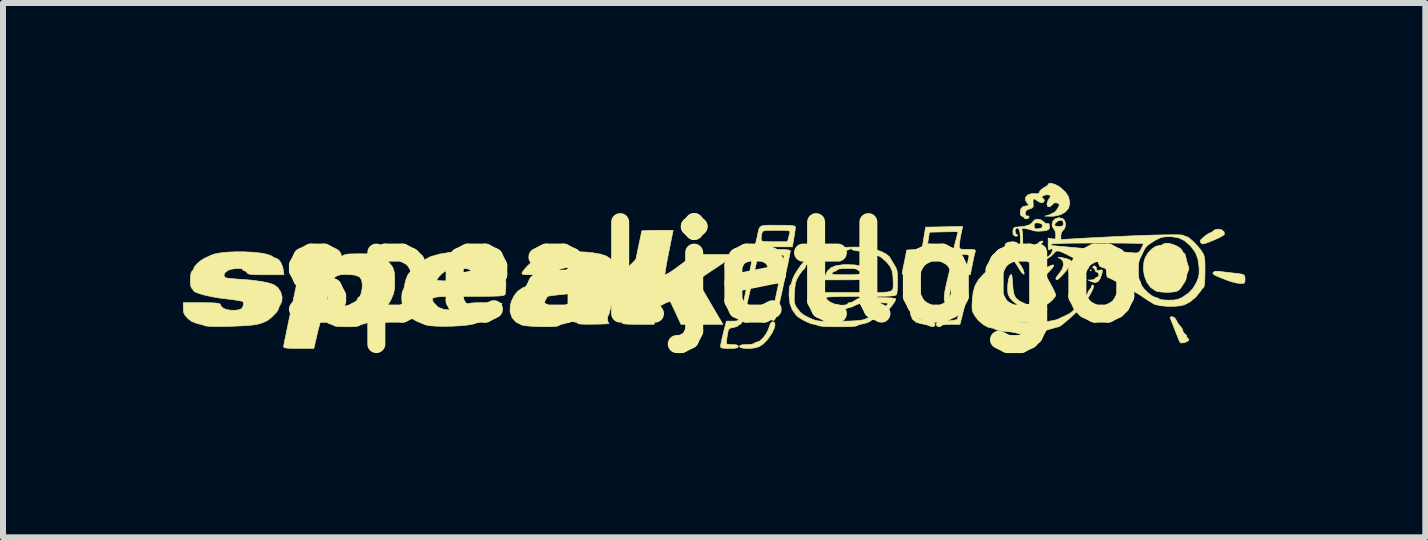
<source format=kicad_pcb>
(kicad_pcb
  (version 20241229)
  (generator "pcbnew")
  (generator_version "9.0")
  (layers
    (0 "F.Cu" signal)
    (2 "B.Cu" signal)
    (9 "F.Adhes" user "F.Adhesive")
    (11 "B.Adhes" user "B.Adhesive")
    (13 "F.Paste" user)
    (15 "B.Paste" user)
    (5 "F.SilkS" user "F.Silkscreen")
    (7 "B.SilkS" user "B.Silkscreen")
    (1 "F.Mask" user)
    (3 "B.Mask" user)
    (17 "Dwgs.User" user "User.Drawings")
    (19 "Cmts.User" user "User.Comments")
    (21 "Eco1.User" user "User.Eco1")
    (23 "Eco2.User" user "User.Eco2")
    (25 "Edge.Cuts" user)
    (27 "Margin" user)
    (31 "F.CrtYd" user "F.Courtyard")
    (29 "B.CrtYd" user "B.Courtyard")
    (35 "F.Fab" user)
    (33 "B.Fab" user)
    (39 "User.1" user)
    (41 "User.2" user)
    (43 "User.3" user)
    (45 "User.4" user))
  (footprint "speakjetlogo"
    (layer "F.Cu")
    (at 8.81 1.487)
    (property "Reference" "speakjetlogo" (at 0 0 0) (layer "F.SilkS") (effects (font (size 1.524 1.524) (thickness 0.3))))
    (attr through_hole)
    (fp_poly (pts (xy 6.329 -0.032) (xy 6.318 -0.021) (xy 6.308 -0.032) (xy 6.318 -0.042) (xy 6.329 -0.032)) (stroke (width 0.01) (type solid)) (fill yes) (layer "F.SilkS"))
    (fp_poly (pts (xy 5.521 -0.517) (xy 5.519 -0.498) (xy 5.509 -0.493) (xy 5.484 -0.469) (xy 5.489 -0.44) (xy 5.52 -0.423) (xy 5.524 -0.423) (xy 5.559 -0.411) (xy 5.567 -0.394) (xy 5.549 -0.369) (xy 5.506 -0.353) (xy 5.457 -0.352) (xy 5.444 -0.355) (xy 5.422 -0.381) (xy 5.42 -0.426) (xy 5.436 -0.474) (xy 5.463 -0.504) (xy 5.502 -0.52) (xy 5.521 -0.517)) (stroke (width 0.01) (type solid)) (fill yes) (layer "F.SilkS"))
    (fp_poly (pts (xy 6.256 -0.113) (xy 6.283 -0.092) (xy 6.282 -0.07) (xy 6.264 -0.064) (xy 6.225 -0.046) (xy 6.192 -0.006) (xy 6.181 0.033) (xy 6.196 0.075) (xy 6.218 0.098) (xy 6.244 0.121) (xy 6.239 0.125) (xy 6.21 0.11) (xy 6.185 0.093) (xy 6.15 0.056) (xy 6.151 0.014) (xy 6.18 -0.053) (xy 6.216 -0.099) (xy 6.25 -0.114) (xy 6.256 -0.113)) (stroke (width 0.01) (type solid)) (fill yes) (layer "F.SilkS"))
    (fp_poly (pts (xy 8.469 -0.013) (xy 8.547 -0.003) (xy 8.638 0.007) (xy 8.678 0.012) (xy 8.774 0.022) (xy 8.836 0.032) (xy 8.87 0.046) (xy 8.886 0.068) (xy 8.89 0.101) (xy 8.89 0.117) (xy 8.887 0.165) (xy 8.871 0.185) (xy 8.827 0.188) (xy 8.811 0.188) (xy 8.747 0.179) (xy 8.665 0.158) (xy 8.604 0.138) (xy 8.496 0.096) (xy 8.423 0.066) (xy 8.378 0.043) (xy 8.358 0.025) (xy 8.356 0.008) (xy 8.36 0.002) (xy 8.388 -0.015) (xy 8.447 -0.016) (xy 8.469 -0.013)) (stroke (width 0.01) (type solid)) (fill yes) (layer "F.SilkS"))
    (fp_poly (pts (xy 8.505 -0.704) (xy 8.54 -0.675) (xy 8.548 -0.636) (xy 8.547 -0.632) (xy 8.524 -0.612) (xy 8.473 -0.583) (xy 8.403 -0.55) (xy 8.391 -0.545) (xy 8.299 -0.507) (xy 8.237 -0.483) (xy 8.199 -0.473) (xy 8.175 -0.474) (xy 8.16 -0.485) (xy 8.152 -0.494) (xy 8.142 -0.517) (xy 8.157 -0.545) (xy 8.201 -0.586) (xy 8.206 -0.59) (xy 8.258 -0.629) (xy 8.298 -0.653) (xy 8.31 -0.656) (xy 8.343 -0.671) (xy 8.361 -0.688) (xy 8.402 -0.714) (xy 8.455 -0.718) (xy 8.505 -0.704)) (stroke (width 0.01) (type solid)) (fill yes) (layer "F.SilkS"))
    (fp_poly (pts (xy 5.815 -0.246) (xy 5.838 -0.243) (xy 5.913 -0.228) (xy 5.974 -0.203) (xy 6.008 -0.176) (xy 6.011 -0.164) (xy 5.995 -0.148) (xy 5.992 -0.148) (xy 5.971 -0.13) (xy 5.958 -0.101) (xy 5.937 -0.064) (xy 5.899 -0.012) (xy 5.851 0.043) (xy 5.804 0.091) (xy 5.767 0.121) (xy 5.753 0.127) (xy 5.737 0.111) (xy 5.736 0.107) (xy 5.749 0.08) (xy 5.782 0.035) (xy 5.8 0.014) (xy 5.848 -0.06) (xy 5.866 -0.131) (xy 5.853 -0.19) (xy 5.81 -0.229) (xy 5.805 -0.231) (xy 5.774 -0.245) (xy 5.776 -0.249) (xy 5.815 -0.246)) (stroke (width 0.01) (type solid)) (fill yes) (layer "F.SilkS"))
    (fp_poly (pts (xy 7.719 0.76) (xy 7.746 0.803) (xy 7.778 0.86) (xy 7.812 0.901) (xy 7.844 0.943) (xy 7.853 0.975) (xy 7.869 1.013) (xy 7.885 1.024) (xy 7.913 1.051) (xy 7.916 1.066) (xy 7.932 1.1) (xy 7.943 1.107) (xy 7.957 1.124) (xy 7.938 1.147) (xy 7.892 1.169) (xy 7.869 1.175) (xy 7.824 1.18) (xy 7.799 1.156) (xy 7.792 1.14) (xy 7.775 1.097) (xy 7.748 1.028) (xy 7.715 0.946) (xy 7.707 0.925) (xy 7.677 0.849) (xy 7.654 0.789) (xy 7.642 0.755) (xy 7.641 0.751) (xy 7.659 0.743) (xy 7.681 0.741) (xy 7.719 0.76)) (stroke (width 0.01) (type solid)) (fill yes) (layer "F.SilkS"))
    (fp_poly (pts (xy 6.408 -0.088) (xy 6.413 -0.063) (xy 6.421 -0.033) (xy 6.45 -0.03) (xy 6.467 -0.034) (xy 6.504 -0.04) (xy 6.514 -0.024) (xy 6.507 0.013) (xy 6.477 0.105) (xy 6.44 0.157) (xy 6.391 0.172) (xy 6.339 0.159) (xy 6.276 0.13) (xy 6.334 0.129) (xy 6.376 0.121) (xy 6.392 0.106) (xy 6.409 0.087) (xy 6.424 0.085) (xy 6.45 0.067) (xy 6.456 0.042) (xy 6.443 0.008) (xy 6.424 0) (xy 6.396 -0.017) (xy 6.392 -0.032) (xy 6.381 -0.06) (xy 6.371 -0.064) (xy 6.351 -0.08) (xy 6.35 -0.085) (xy 6.367 -0.103) (xy 6.382 -0.106) (xy 6.408 -0.088)) (stroke (width 0.01) (type solid)) (fill yes) (layer "F.SilkS"))
    (fp_poly (pts (xy 1.051 0.84) (xy 1.057 0.879) (xy 1.043 0.936) (xy 1.012 1.003) (xy 0.968 1.073) (xy 0.915 1.141) (xy 0.857 1.197) (xy 0.798 1.237) (xy 0.789 1.241) (xy 0.728 1.259) (xy 0.655 1.269) (xy 0.581 1.271) (xy 0.517 1.265) (xy 0.476 1.252) (xy 0.466 1.238) (xy 0.476 1.219) (xy 0.513 1.209) (xy 0.581 1.206) (xy 0.647 1.203) (xy 0.695 1.194) (xy 0.709 1.185) (xy 0.739 1.167) (xy 0.76 1.164) (xy 0.804 1.146) (xy 0.855 1.099) (xy 0.905 1.034) (xy 0.943 0.961) (xy 0.957 0.921) (xy 0.98 0.856) (xy 1.007 0.828) (xy 1.02 0.826) (xy 1.051 0.84)) (stroke (width 0.01) (type solid)) (fill yes) (layer "F.SilkS"))
    (fp_poly (pts (xy 5.079 -0.498) (xy 5.103 -0.474) (xy 5.095 -0.447) (xy 5.069 -0.431) (xy 5.044 -0.401) (xy 5.041 -0.352) (xy 5.063 -0.297) (xy 5.07 -0.287) (xy 5.095 -0.24) (xy 5.101 -0.209) (xy 5.115 -0.163) (xy 5.129 -0.144) (xy 5.161 -0.102) (xy 5.189 -0.049) (xy 5.207 -0.001) (xy 5.208 0.03) (xy 5.205 0.033) (xy 5.185 0.023) (xy 5.153 -0.015) (xy 5.128 -0.054) (xy 5.091 -0.115) (xy 5.06 -0.161) (xy 5.048 -0.177) (xy 5 -0.239) (xy 4.953 -0.308) (xy 4.915 -0.374) (xy 4.893 -0.425) (xy 4.889 -0.44) (xy 4.903 -0.479) (xy 4.947 -0.501) (xy 5.026 -0.508) (xy 5.029 -0.508) (xy 5.079 -0.498)) (stroke (width 0.01) (type solid)) (fill yes) (layer "F.SilkS"))
    (fp_poly (pts (xy 5.001 0.046) (xy 5.008 0.081) (xy 5.014 0.15) (xy 5.017 0.192) (xy 5.026 0.297) (xy 5.041 0.37) (xy 5.064 0.419) (xy 5.07 0.427) (xy 5.129 0.479) (xy 5.217 0.523) (xy 5.323 0.556) (xy 5.433 0.571) (xy 5.458 0.572) (xy 5.524 0.573) (xy 5.554 0.578) (xy 5.554 0.589) (xy 5.536 0.604) (xy 5.491 0.624) (xy 5.43 0.633) (xy 5.371 0.633) (xy 5.33 0.621) (xy 5.323 0.614) (xy 5.295 0.599) (xy 5.244 0.593) (xy 5.24 0.593) (xy 5.169 0.577) (xy 5.091 0.536) (xy 5.018 0.479) (xy 4.964 0.416) (xy 4.94 0.364) (xy 4.933 0.286) (xy 4.937 0.199) (xy 4.949 0.119) (xy 4.969 0.061) (xy 4.976 0.05) (xy 4.991 0.037) (xy 5.001 0.046)) (stroke (width 0.01) (type solid)) (fill yes) (layer "F.SilkS"))
    (fp_poly (pts (xy 5.703 -0.12) (xy 5.697 -0.095) (xy 5.658 -0.045) (xy 5.643 -0.03) (xy 5.567 0.048) (xy 5.652 0.201) (xy 5.691 0.276) (xy 5.721 0.339) (xy 5.735 0.379) (xy 5.736 0.384) (xy 5.722 0.413) (xy 5.687 0.455) (xy 5.644 0.495) (xy 5.606 0.523) (xy 5.591 0.528) (xy 5.563 0.518) (xy 5.528 0.502) (xy 5.499 0.484) (xy 5.486 0.457) (xy 5.487 0.408) (xy 5.49 0.372) (xy 5.499 0.282) (xy 5.505 0.184) (xy 5.507 0.152) (xy 5.508 0.084) (xy 5.497 0.04) (xy 5.468 0.003) (xy 5.428 -0.032) (xy 5.384 -0.074) (xy 5.362 -0.108) (xy 5.362 -0.12) (xy 5.386 -0.119) (xy 5.41 -0.096) (xy 5.459 -0.06) (xy 5.527 -0.059) (xy 5.614 -0.093) (xy 5.675 -0.12) (xy 5.703 -0.12)) (stroke (width 0.01) (type solid)) (fill yes) (layer "F.SilkS"))
    (fp_poly (pts (xy 4.206 0.489) (xy 4.228 0.5) (xy 4.227 0.525) (xy 4.225 0.534) (xy 4.213 0.579) (xy 4.195 0.649) (xy 4.176 0.725) (xy 4.14 0.868) (xy 3.986 0.868) (xy 3.907 0.871) (xy 3.853 0.878) (xy 3.831 0.888) (xy 3.831 0.889) (xy 3.813 0.906) (xy 3.789 0.91) (xy 3.753 0.895) (xy 3.747 0.869) (xy 3.751 0.848) (xy 3.772 0.834) (xy 3.816 0.824) (xy 3.891 0.816) (xy 3.916 0.814) (xy 3.996 0.805) (xy 4.058 0.796) (xy 4.091 0.788) (xy 4.094 0.786) (xy 4.102 0.759) (xy 4.112 0.705) (xy 4.117 0.672) (xy 4.124 0.611) (xy 4.12 0.581) (xy 4.102 0.572) (xy 4.098 0.572) (xy 4.07 0.554) (xy 4.064 0.529) (xy 4.071 0.502) (xy 4.099 0.489) (xy 4.151 0.487) (xy 4.206 0.489)) (stroke (width 0.01) (type solid)) (fill yes) (layer "F.SilkS"))
    (fp_poly (pts (xy 7.615 -0.482) (xy 7.684 -0.465) (xy 7.752 -0.437) (xy 7.809 -0.402) (xy 7.841 -0.363) (xy 7.843 -0.358) (xy 7.861 -0.325) (xy 7.874 -0.318) (xy 7.89 -0.299) (xy 7.904 -0.253) (xy 7.906 -0.238) (xy 7.922 -0.171) (xy 7.941 -0.114) (xy 7.943 -0.11) (xy 7.956 -0.059) (xy 7.942 -0.02) (xy 7.921 0.035) (xy 7.916 0.071) (xy 7.904 0.126) (xy 7.879 0.172) (xy 7.843 0.225) (xy 7.819 0.264) (xy 7.781 0.303) (xy 7.745 0.32) (xy 7.67 0.332) (xy 7.577 0.335) (xy 7.485 0.329) (xy 7.412 0.315) (xy 7.398 0.309) (xy 7.316 0.252) (xy 7.253 0.165) (xy 7.212 0.058) (xy 7.195 -0.059) (xy 7.206 -0.176) (xy 7.227 -0.244) (xy 7.272 -0.319) (xy 7.332 -0.384) (xy 7.398 -0.429) (xy 7.454 -0.445) (xy 7.501 -0.452) (xy 7.525 -0.466) (xy 7.558 -0.483) (xy 7.615 -0.482)) (stroke (width 0.01) (type solid)) (fill yes) (layer "F.SilkS"))
    (fp_poly (pts (xy 2.393 -0.121) (xy 2.489 -0.101) (xy 2.55 -0.067) (xy 2.576 -0.022) (xy 2.592 0.023) (xy 2.607 0.044) (xy 2.617 0.071) (xy 2.613 0.092) (xy 2.603 0.105) (xy 2.583 0.114) (xy 2.546 0.12) (xy 2.486 0.124) (xy 2.397 0.126) (xy 2.273 0.127) (xy 2.233 0.127) (xy 1.866 0.127) (xy 1.891 0.059) (xy 1.909 0.024) (xy 2.004 0.024) (xy 2.014 0.033) (xy 2.047 0.039) (xy 2.109 0.041) (xy 2.205 0.042) (xy 2.241 0.042) (xy 2.351 0.042) (xy 2.425 0.039) (xy 2.47 0.033) (xy 2.492 0.023) (xy 2.498 0.011) (xy 2.481 -0.017) (xy 2.466 -0.021) (xy 2.438 -0.033) (xy 2.434 -0.042) (xy 2.414 -0.053) (xy 2.36 -0.06) (xy 2.28 -0.063) (xy 2.265 -0.064) (xy 2.181 -0.061) (xy 2.122 -0.054) (xy 2.096 -0.044) (xy 2.095 -0.042) (xy 2.079 -0.023) (xy 2.066 -0.021) (xy 2.029 -0.006) (xy 2.011 0.011) (xy 2.004 0.024) (xy 1.909 0.024) (xy 1.932 -0.021) (xy 1.992 -0.076) (xy 2.076 -0.11) (xy 2.192 -0.125) (xy 2.259 -0.127) (xy 2.393 -0.121)) (stroke (width 0.01) (type solid)) (fill yes) (layer "F.SilkS"))
    (fp_poly (pts (xy 1.079 -0.783) (xy 1.102 -0.783) (xy 1.221 -0.783) (xy 1.305 -0.78) (xy 1.357 -0.775) (xy 1.386 -0.767) (xy 1.397 -0.756) (xy 1.397 -0.752) (xy 1.394 -0.716) (xy 1.385 -0.652) (xy 1.372 -0.574) (xy 1.372 -0.572) (xy 1.346 -0.423) (xy 1.031 -0.423) (xy 0.91 -0.424) (xy 0.825 -0.425) (xy 0.77 -0.429) (xy 0.74 -0.435) (xy 0.727 -0.444) (xy 0.727 -0.458) (xy 0.728 -0.46) (xy 0.739 -0.502) (xy 0.751 -0.556) (xy 0.826 -0.556) (xy 0.828 -0.534) (xy 0.838 -0.521) (xy 0.865 -0.513) (xy 0.916 -0.509) (xy 0.998 -0.508) (xy 1.045 -0.508) (xy 1.265 -0.508) (xy 1.279 -0.566) (xy 1.294 -0.624) (xy 1.304 -0.661) (xy 1.305 -0.678) (xy 1.293 -0.688) (xy 1.261 -0.695) (xy 1.201 -0.698) (xy 1.107 -0.698) (xy 1.083 -0.699) (xy 0.982 -0.698) (xy 0.915 -0.696) (xy 0.874 -0.69) (xy 0.853 -0.679) (xy 0.842 -0.662) (xy 0.839 -0.651) (xy 0.828 -0.59) (xy 0.826 -0.556) (xy 0.751 -0.556) (xy 0.754 -0.567) (xy 0.762 -0.603) (xy 0.777 -0.674) (xy 0.789 -0.723) (xy 0.808 -0.755) (xy 0.839 -0.773) (xy 0.89 -0.781) (xy 0.968 -0.784) (xy 1.079 -0.783)) (stroke (width 0.01) (type solid)) (fill yes) (layer "F.SilkS"))
    (fp_poly (pts (xy -0.712 -0.344) (xy -0.736 -0.225) (xy -0.755 -0.12) (xy -0.769 -0.036) (xy -0.777 0.02) (xy -0.778 0.039) (xy -0.76 0.039) (xy -0.712 0.013) (xy -0.638 -0.036) (xy -0.54 -0.107) (xy -0.531 -0.114) (xy -0.289 -0.296) (xy 0.046 -0.296) (xy 0.16 -0.296) (xy 0.257 -0.294) (xy 0.33 -0.292) (xy 0.373 -0.289) (xy 0.381 -0.287) (xy 0.364 -0.273) (xy 0.318 -0.239) (xy 0.247 -0.19) (xy 0.158 -0.13) (xy 0.074 -0.074) (xy -0.026 -0.008) (xy -0.112 0.05) (xy -0.179 0.096) (xy -0.221 0.126) (xy -0.233 0.136) (xy -0.222 0.16) (xy -0.189 0.219) (xy -0.136 0.313) (xy -0.061 0.442) (xy 0.034 0.605) (xy 0.049 0.63) (xy 0.189 0.868) (xy -0.511 0.868) (xy -0.596 0.683) (xy -0.634 0.602) (xy -0.665 0.537) (xy -0.686 0.496) (xy -0.691 0.487) (xy -0.714 0.491) (xy -0.762 0.511) (xy -0.816 0.538) (xy -0.881 0.574) (xy -0.915 0.602) (xy -0.929 0.634) (xy -0.931 0.667) (xy -0.936 0.74) (xy -0.945 0.802) (xy -0.958 0.868) (xy -1.23 0.868) (xy -1.346 0.867) (xy -1.425 0.864) (xy -1.472 0.858) (xy -1.492 0.848) (xy -1.492 0.841) (xy -1.486 0.816) (xy -1.473 0.755) (xy -1.453 0.665) (xy -1.428 0.55) (xy -1.399 0.417) (xy -1.367 0.271) (xy -1.334 0.118) (xy -1.301 -0.037) (xy -1.269 -0.187) (xy -1.239 -0.328) (xy -1.213 -0.453) (xy -1.191 -0.557) (xy -1.175 -0.634) (xy -1.166 -0.679) (xy -1.164 -0.688) (xy -1.144 -0.692) (xy -1.09 -0.695) (xy -1.01 -0.698) (xy -0.911 -0.698) (xy -0.903 -0.699) (xy -0.641 -0.699) (xy -0.712 -0.344)) (stroke (width 0.01) (type solid)) (fill yes) (layer "F.SilkS"))
    (fp_poly (pts (xy 5.496 -0.87) (xy 5.525 -0.846) (xy 5.566 -0.815) (xy 5.598 -0.812) (xy 5.622 -0.81) (xy 5.63 -0.776) (xy 5.63 -0.763) (xy 5.627 -0.727) (xy 5.61 -0.707) (xy 5.569 -0.695) (xy 5.523 -0.688) (xy 5.445 -0.683) (xy 5.378 -0.689) (xy 5.359 -0.695) (xy 5.296 -0.714) (xy 5.231 -0.728) (xy 5.184 -0.733) (xy 5.169 -0.724) (xy 5.173 -0.707) (xy 5.18 -0.67) (xy 5.184 -0.605) (xy 5.186 -0.529) (xy 5.187 -0.449) (xy 5.196 -0.397) (xy 5.215 -0.358) (xy 5.25 -0.316) (xy 5.256 -0.309) (xy 5.297 -0.261) (xy 5.308 -0.234) (xy 5.297 -0.223) (xy 5.259 -0.213) (xy 5.23 -0.225) (xy 5.194 -0.263) (xy 5.19 -0.269) (xy 5.164 -0.309) (xy 5.15 -0.357) (xy 5.145 -0.426) (xy 5.145 -0.475) (xy 5.145 -0.587) (xy 5.139 -0.663) (xy 5.127 -0.71) (xy 5.107 -0.733) (xy 5.094 -0.737) (xy 5.069 -0.726) (xy 5.058 -0.692) (xy 5.063 -0.654) (xy 5.084 -0.629) (xy 5.085 -0.629) (xy 5.102 -0.613) (xy 5.099 -0.606) (xy 5.071 -0.6) (xy 5.05 -0.605) (xy 5.024 -0.633) (xy 5.021 -0.685) (xy 5.031 -0.732) (xy 5.059 -0.75) (xy 5.091 -0.753) (xy 5.211 -0.764) (xy 5.24 -0.773) (xy 5.376 -0.773) (xy 5.381 -0.735) (xy 5.404 -0.722) (xy 5.445 -0.724) (xy 5.495 -0.735) (xy 5.513 -0.762) (xy 5.514 -0.773) (xy 5.503 -0.804) (xy 5.463 -0.819) (xy 5.445 -0.822) (xy 5.398 -0.822) (xy 5.379 -0.806) (xy 5.376 -0.773) (xy 5.24 -0.773) (xy 5.295 -0.788) (xy 5.341 -0.825) (xy 5.345 -0.832) (xy 5.383 -0.873) (xy 5.439 -0.886) (xy 5.496 -0.87)) (stroke (width 0.01) (type solid)) (fill yes) (layer "F.SilkS"))
    (fp_poly (pts (xy 5.667 -1.481) (xy 5.724 -1.463) (xy 5.786 -1.431) (xy 5.812 -1.413) (xy 5.898 -1.335) (xy 5.949 -1.256) (xy 5.968 -1.169) (xy 5.969 -1.148) (xy 5.95 -1.068) (xy 5.895 -1.003) (xy 5.812 -0.957) (xy 5.706 -0.934) (xy 5.658 -0.933) (xy 5.556 -0.935) (xy 5.639 -0.96) (xy 5.721 -1.003) (xy 5.759 -1.048) (xy 5.789 -1.101) (xy 5.794 -1.131) (xy 5.776 -1.147) (xy 5.754 -1.155) (xy 5.709 -1.155) (xy 5.672 -1.121) (xy 5.635 -1.09) (xy 5.603 -1.095) (xy 5.589 -1.133) (xy 5.589 -1.139) (xy 5.602 -1.184) (xy 5.62 -1.216) (xy 5.648 -1.261) (xy 5.64 -1.284) (xy 5.596 -1.291) (xy 5.589 -1.291) (xy 5.543 -1.283) (xy 5.512 -1.265) (xy 5.504 -1.245) (xy 5.521 -1.232) (xy 5.544 -1.207) (xy 5.546 -1.196) (xy 5.53 -1.164) (xy 5.492 -1.158) (xy 5.443 -1.179) (xy 5.433 -1.187) (xy 5.385 -1.22) (xy 5.362 -1.22) (xy 5.357 -1.185) (xy 5.359 -1.15) (xy 5.36 -1.097) (xy 5.344 -1.071) (xy 5.301 -1.055) (xy 5.297 -1.054) (xy 5.248 -1.034) (xy 5.23 -1.002) (xy 5.228 -0.981) (xy 5.235 -0.942) (xy 5.258 -0.938) (xy 5.26 -0.939) (xy 5.287 -0.936) (xy 5.292 -0.92) (xy 5.274 -0.895) (xy 5.249 -0.889) (xy 5.215 -0.898) (xy 5.207 -0.91) (xy 5.19 -0.929) (xy 5.175 -0.931) (xy 5.15 -0.95) (xy 5.144 -0.99) (xy 5.153 -1.055) (xy 5.185 -1.09) (xy 5.238 -1.104) (xy 5.279 -1.111) (xy 5.284 -1.124) (xy 5.264 -1.147) (xy 5.23 -1.201) (xy 5.234 -1.251) (xy 5.269 -1.289) (xy 5.332 -1.309) (xy 5.377 -1.309) (xy 5.433 -1.307) (xy 5.458 -1.319) (xy 5.461 -1.333) (xy 5.478 -1.364) (xy 5.521 -1.398) (xy 5.535 -1.406) (xy 5.582 -1.435) (xy 5.608 -1.459) (xy 5.609 -1.464) (xy 5.625 -1.482) (xy 5.667 -1.481)) (stroke (width 0.01) (type solid)) (fill yes) (layer "F.SilkS"))
    (fp_poly (pts (xy 4.966 -0.233) (xy 4.963 -0.206) (xy 4.935 -0.157) (xy 4.903 -0.128) (xy 4.821 -0.06) (xy 4.743 0.025) (xy 4.679 0.114) (xy 4.64 0.194) (xy 4.638 0.2) (xy 4.619 0.299) (xy 4.616 0.406) (xy 4.626 0.508) (xy 4.648 0.594) (xy 4.679 0.647) (xy 4.717 0.682) (xy 4.745 0.698) (xy 4.746 0.699) (xy 4.774 0.71) (xy 4.819 0.74) (xy 4.837 0.753) (xy 4.912 0.791) (xy 5.019 0.819) (xy 5.151 0.837) (xy 5.298 0.844) (xy 5.453 0.838) (xy 5.536 0.83) (xy 5.627 0.817) (xy 5.705 0.802) (xy 5.759 0.789) (xy 5.773 0.783) (xy 5.822 0.758) (xy 5.863 0.74) (xy 5.925 0.711) (xy 5.965 0.69) (xy 6.008 0.657) (xy 6.065 0.605) (xy 6.126 0.542) (xy 6.184 0.477) (xy 6.231 0.418) (xy 6.26 0.374) (xy 6.265 0.358) (xy 6.281 0.315) (xy 6.297 0.296) (xy 6.324 0.26) (xy 6.329 0.241) (xy 6.341 0.214) (xy 6.35 0.212) (xy 6.367 0.227) (xy 6.359 0.268) (xy 6.332 0.328) (xy 6.289 0.403) (xy 6.233 0.484) (xy 6.169 0.567) (xy 6.1 0.645) (xy 6.064 0.68) (xy 5.982 0.755) (xy 5.906 0.821) (xy 5.843 0.873) (xy 5.798 0.904) (xy 5.782 0.91) (xy 5.75 0.917) (xy 5.693 0.933) (xy 5.658 0.944) (xy 5.584 0.964) (xy 5.489 0.983) (xy 5.398 0.996) (xy 5.312 1.006) (xy 5.237 1.016) (xy 5.188 1.025) (xy 5.186 1.025) (xy 5.133 1.028) (xy 5.101 1.019) (xy 5.065 1.008) (xy 5.001 0.997) (xy 4.92 0.989) (xy 4.913 0.988) (xy 4.833 0.979) (xy 4.77 0.967) (xy 4.735 0.955) (xy 4.734 0.953) (xy 4.695 0.934) (xy 4.673 0.931) (xy 4.601 0.914) (xy 4.522 0.868) (xy 4.446 0.802) (xy 4.402 0.747) (xy 4.369 0.697) (xy 4.35 0.655) (xy 4.341 0.61) (xy 4.341 0.548) (xy 4.345 0.466) (xy 4.36 0.33) (xy 4.392 0.222) (xy 4.447 0.128) (xy 4.53 0.034) (xy 4.559 0.007) (xy 4.666 -0.086) (xy 4.761 -0.16) (xy 4.843 -0.213) (xy 4.907 -0.245) (xy 4.949 -0.252) (xy 4.966 -0.233)) (stroke (width 0.01) (type solid)) (fill yes) (layer "F.SilkS"))
    (fp_poly (pts (xy 1.136 -0.38) (xy 1.225 -0.377) (xy 1.281 -0.371) (xy 1.308 -0.362) (xy 1.313 -0.355) (xy 1.308 -0.328) (xy 1.296 -0.265) (xy 1.278 -0.172) (xy 1.253 -0.055) (xy 1.224 0.081) (xy 1.193 0.231) (xy 1.191 0.238) (xy 1.154 0.409) (xy 1.124 0.543) (xy 1.1 0.643) (xy 1.08 0.715) (xy 1.065 0.763) (xy 1.051 0.791) (xy 1.039 0.803) (xy 1.032 0.804) (xy 1 0.795) (xy 0.995 0.785) (xy 0.999 0.759) (xy 1.011 0.698) (xy 1.029 0.608) (xy 1.053 0.494) (xy 1.08 0.362) (xy 1.101 0.265) (xy 1.13 0.123) (xy 1.157 -0.005) (xy 1.179 -0.114) (xy 1.195 -0.198) (xy 1.205 -0.252) (xy 1.206 -0.267) (xy 1.2 -0.281) (xy 1.175 -0.289) (xy 1.125 -0.293) (xy 1.043 -0.293) (xy 0.991 -0.292) (xy 0.776 -0.286) (xy 0.675 0.159) (xy 0.631 0.351) (xy 0.595 0.506) (xy 0.566 0.628) (xy 0.542 0.719) (xy 0.523 0.785) (xy 0.507 0.829) (xy 0.494 0.855) (xy 0.481 0.866) (xy 0.474 0.868) (xy 0.447 0.879) (xy 0.445 0.887) (xy 0.426 0.903) (xy 0.379 0.917) (xy 0.363 0.92) (xy 0.317 0.93) (xy 0.29 0.946) (xy 0.275 0.98) (xy 0.263 1.042) (xy 0.26 1.06) (xy 0.251 1.128) (xy 0.248 1.178) (xy 0.251 1.196) (xy 0.276 1.202) (xy 0.329 1.206) (xy 0.353 1.206) (xy 0.414 1.211) (xy 0.441 1.226) (xy 0.445 1.238) (xy 0.436 1.256) (xy 0.404 1.265) (xy 0.343 1.27) (xy 0.296 1.27) (xy 0.218 1.269) (xy 0.173 1.263) (xy 0.153 1.251) (xy 0.15 1.238) (xy 0.169 1.238) (xy 0.18 1.249) (xy 0.191 1.238) (xy 0.18 1.228) (xy 0.169 1.238) (xy 0.15 1.238) (xy 0.149 1.233) (xy 0.154 1.197) (xy 0.168 1.131) (xy 0.187 1.048) (xy 0.198 1.005) (xy 0.247 0.815) (xy 0.349 0.815) (xy 0.411 0.813) (xy 0.445 0.801) (xy 0.465 0.771) (xy 0.476 0.741) (xy 0.487 0.7) (xy 0.504 0.624) (xy 0.527 0.52) (xy 0.554 0.394) (xy 0.583 0.253) (xy 0.605 0.143) (xy 0.708 -0.381) (xy 1.01 -0.381) (xy 1.136 -0.38)) (stroke (width 0.01) (type solid)) (fill yes) (layer "F.SilkS"))
    (fp_poly (pts (xy -5.699 -0.306) (xy -5.612 -0.302) (xy -5.558 -0.295) (xy -5.532 -0.285) (xy -5.53 -0.28) (xy -5.506 -0.255) (xy -5.496 -0.253) (xy -5.459 -0.237) (xy -5.408 -0.195) (xy -5.356 -0.138) (xy -5.324 -0.095) (xy -5.302 -0.052) (xy -5.289 0.003) (xy -5.283 0.081) (xy -5.282 0.149) (xy -5.283 0.244) (xy -5.291 0.314) (xy -5.308 0.376) (xy -5.339 0.447) (xy -5.35 0.468) (xy -5.442 0.622) (xy -5.551 0.74) (xy -5.673 0.821) (xy -5.788 0.858) (xy -5.841 0.873) (xy -5.873 0.889) (xy -5.875 0.891) (xy -5.901 0.901) (xy -5.957 0.907) (xy -6.033 0.909) (xy -6.116 0.909) (xy -6.195 0.906) (xy -6.258 0.901) (xy -6.293 0.892) (xy -6.297 0.889) (xy -6.328 0.87) (xy -6.343 0.868) (xy -6.381 0.855) (xy -6.429 0.826) (xy -6.429 0.826) (xy -6.471 0.796) (xy -6.499 0.783) (xy -6.499 0.783) (xy -6.51 0.803) (xy -6.528 0.855) (xy -6.55 0.933) (xy -6.573 1.027) (xy -6.629 1.27) (xy -6.881 1.27) (xy -6.99 1.269) (xy -7.064 1.266) (xy -7.108 1.26) (xy -7.129 1.25) (xy -7.133 1.239) (xy -7.129 1.211) (xy -7.117 1.147) (xy -7.097 1.052) (xy -7.072 0.93) (xy -7.042 0.786) (xy -7.008 0.626) (xy -6.974 0.471) (xy -6.942 0.32) (xy -6.411 0.32) (xy -6.409 0.353) (xy -6.405 0.429) (xy -6.396 0.474) (xy -6.377 0.502) (xy -6.343 0.525) (xy -6.329 0.532) (xy -6.24 0.563) (xy -6.142 0.569) (xy -6.055 0.551) (xy -6.032 0.54) (xy -5.98 0.512) (xy -5.943 0.495) (xy -5.911 0.47) (xy -5.905 0.453) (xy -5.895 0.426) (xy -5.888 0.423) (xy -5.863 0.404) (xy -5.841 0.354) (xy -5.826 0.283) (xy -5.821 0.213) (xy -5.832 0.132) (xy -5.867 0.079) (xy -5.934 0.05) (xy -6.002 0.042) (xy -6.107 0.037) (xy -6.182 0.041) (xy -6.238 0.057) (xy -6.286 0.087) (xy -6.33 0.128) (xy -6.376 0.176) (xy -6.401 0.213) (xy -6.41 0.256) (xy -6.411 0.32) (xy -6.942 0.32) (xy -6.938 0.301) (xy -6.904 0.143) (xy -6.874 0.004) (xy -6.85 -0.113) (xy -6.831 -0.203) (xy -6.819 -0.26) (xy -6.816 -0.28) (xy -6.796 -0.286) (xy -6.742 -0.291) (xy -6.661 -0.295) (xy -6.563 -0.296) (xy -6.554 -0.296) (xy -6.292 -0.296) (xy -6.302 -0.243) (xy -6.303 -0.203) (xy -6.28 -0.193) (xy -6.232 -0.216) (xy -6.186 -0.249) (xy -6.154 -0.272) (xy -6.123 -0.288) (xy -6.086 -0.298) (xy -6.034 -0.304) (xy -5.958 -0.306) (xy -5.85 -0.307) (xy -5.824 -0.307) (xy -5.699 -0.306)) (stroke (width 0.01) (type solid)) (fill yes) (layer "F.SilkS"))
    (fp_poly (pts (xy -7.789 -0.34) (xy -7.654 -0.333) (xy -7.53 -0.321) (xy -7.427 -0.303) (xy -7.351 -0.28) (xy -7.322 -0.262) (xy -7.281 -0.238) (xy -7.258 -0.232) (xy -7.219 -0.212) (xy -7.181 -0.163) (xy -7.151 -0.095) (xy -7.139 -0.041) (xy -7.128 0.042) (xy -7.427 0.042) (xy -7.549 0.042) (xy -7.635 0.039) (xy -7.691 0.034) (xy -7.723 0.026) (xy -7.738 0.014) (xy -7.739 0.011) (xy -7.766 -0.018) (xy -7.781 -0.021) (xy -7.808 -0.033) (xy -7.811 -0.042) (xy -7.829 -0.057) (xy -7.876 -0.063) (xy -7.938 -0.06) (xy -8.003 -0.05) (xy -8.058 -0.032) (xy -8.061 -0.03) (xy -8.109 0.006) (xy -8.128 0.047) (xy -8.115 0.081) (xy -8.095 0.093) (xy -8.061 0.099) (xy -7.996 0.107) (xy -7.91 0.114) (xy -7.857 0.117) (xy -7.667 0.132) (xy -7.505 0.154) (xy -7.376 0.181) (xy -7.3 0.206) (xy -7.232 0.254) (xy -7.184 0.324) (xy -7.159 0.405) (xy -7.162 0.484) (xy -7.187 0.539) (xy -7.211 0.582) (xy -7.218 0.608) (xy -7.233 0.642) (xy -7.273 0.69) (xy -7.327 0.744) (xy -7.385 0.792) (xy -7.411 0.809) (xy -7.463 0.834) (xy -7.537 0.859) (xy -7.58 0.87) (xy -7.64 0.879) (xy -7.727 0.887) (xy -7.835 0.894) (xy -7.953 0.899) (xy -8.076 0.903) (xy -8.193 0.904) (xy -8.297 0.904) (xy -8.379 0.901) (xy -8.432 0.895) (xy -8.445 0.891) (xy -8.486 0.876) (xy -8.547 0.861) (xy -8.566 0.858) (xy -8.664 0.821) (xy -8.73 0.77) (xy -8.777 0.717) (xy -8.8 0.669) (xy -8.805 0.605) (xy -8.805 0.602) (xy -8.805 0.508) (xy -8.498 0.508) (xy -8.365 0.509) (xy -8.27 0.513) (xy -8.214 0.52) (xy -8.192 0.53) (xy -8.191 0.532) (xy -8.177 0.562) (xy -8.146 0.595) (xy -8.092 0.621) (xy -8.012 0.634) (xy -7.924 0.633) (xy -7.86 0.622) (xy -7.823 0.594) (xy -7.802 0.546) (xy -7.805 0.499) (xy -7.808 0.492) (xy -7.833 0.482) (xy -7.892 0.471) (xy -7.975 0.458) (xy -8.074 0.446) (xy -8.075 0.446) (xy -8.203 0.43) (xy -8.326 0.409) (xy -8.437 0.385) (xy -8.53 0.359) (xy -8.597 0.334) (xy -8.633 0.312) (xy -8.636 0.304) (xy -8.653 0.275) (xy -8.662 0.27) (xy -8.677 0.245) (xy -8.685 0.193) (xy -8.687 0.127) (xy -8.684 0.06) (xy -8.675 0.008) (xy -8.66 -0.017) (xy -8.66 -0.017) (xy -8.637 -0.041) (xy -8.636 -0.049) (xy -8.619 -0.09) (xy -8.576 -0.14) (xy -8.517 -0.191) (xy -8.453 -0.232) (xy -8.424 -0.245) (xy -8.379 -0.265) (xy -8.351 -0.28) (xy -8.282 -0.304) (xy -8.183 -0.323) (xy -8.062 -0.335) (xy -7.928 -0.34) (xy -7.789 -0.34)) (stroke (width 0.01) (type solid)) (fill yes) (layer "F.SilkS"))
    (fp_poly (pts (xy 4.156 -0.63) (xy 4.141 -0.55) (xy 4.131 -0.478) (xy 4.128 -0.439) (xy 4.129 -0.408) (xy 4.141 -0.391) (xy 4.172 -0.383) (xy 4.232 -0.381) (xy 4.267 -0.381) (xy 4.344 -0.379) (xy 4.385 -0.373) (xy 4.397 -0.36) (xy 4.396 -0.352) (xy 4.387 -0.318) (xy 4.372 -0.255) (xy 4.355 -0.173) (xy 4.348 -0.14) (xy 4.312 0.042) (xy 4.031 0.042) (xy 3.995 0.22) (xy 3.973 0.33) (xy 3.962 0.405) (xy 3.961 0.452) (xy 3.97 0.477) (xy 3.99 0.486) (xy 4 0.487) (xy 4.036 0.502) (xy 4.043 0.529) (xy 4.028 0.563) (xy 3.99 0.571) (xy 3.94 0.552) (xy 3.916 0.535) (xy 3.891 0.505) (xy 3.878 0.463) (xy 3.877 0.403) (xy 3.888 0.318) (xy 3.912 0.202) (xy 3.921 0.164) (xy 3.969 -0.042) (xy 4.109 -0.042) (xy 4.25 -0.042) (xy 4.264 -0.14) (xy 4.276 -0.205) (xy 4.287 -0.255) (xy 4.29 -0.267) (xy 4.287 -0.283) (xy 4.259 -0.292) (xy 4.198 -0.296) (xy 4.162 -0.296) (xy 4.078 -0.299) (xy 4.033 -0.309) (xy 4.022 -0.323) (xy 4.027 -0.355) (xy 4.041 -0.416) (xy 4.06 -0.493) (xy 4.064 -0.508) (xy 4.084 -0.584) (xy 4.098 -0.642) (xy 4.106 -0.671) (xy 4.106 -0.673) (xy 4.086 -0.675) (xy 4.033 -0.675) (xy 3.954 -0.674) (xy 3.868 -0.673) (xy 3.63 -0.667) (xy 3.605 -0.503) (xy 3.592 -0.423) (xy 3.579 -0.358) (xy 3.568 -0.321) (xy 3.567 -0.318) (xy 3.54 -0.306) (xy 3.485 -0.298) (xy 3.44 -0.296) (xy 3.326 -0.296) (xy 3.293 -0.182) (xy 3.275 -0.117) (xy 3.263 -0.07) (xy 3.26 -0.055) (xy 3.279 -0.048) (xy 3.328 -0.043) (xy 3.376 -0.042) (xy 3.443 -0.041) (xy 3.476 -0.035) (xy 3.486 -0.019) (xy 3.483 0.005) (xy 3.475 0.043) (xy 3.461 0.113) (xy 3.444 0.207) (xy 3.423 0.314) (xy 3.417 0.347) (xy 3.392 0.491) (xy 3.381 0.601) (xy 3.385 0.681) (xy 3.408 0.737) (xy 3.452 0.774) (xy 3.519 0.799) (xy 3.611 0.816) (xy 3.626 0.818) (xy 3.689 0.83) (xy 3.719 0.848) (xy 3.725 0.871) (xy 3.709 0.902) (xy 3.669 0.908) (xy 3.619 0.889) (xy 3.58 0.875) (xy 3.518 0.862) (xy 3.489 0.857) (xy 3.407 0.833) (xy 3.349 0.783) (xy 3.315 0.704) (xy 3.304 0.596) (xy 3.316 0.455) (xy 3.344 0.306) (xy 3.368 0.197) (xy 3.381 0.124) (xy 3.383 0.078) (xy 3.371 0.054) (xy 3.344 0.044) (xy 3.301 0.042) (xy 3.281 0.042) (xy 3.221 0.039) (xy 3.183 0.032) (xy 3.176 0.026) (xy 3.181 -0.000116) (xy 3.191 -0.058) (xy 3.206 -0.137) (xy 3.215 -0.18) (xy 3.252 -0.37) (xy 3.379 -0.377) (xy 3.506 -0.383) (xy 3.536 -0.567) (xy 3.567 -0.751) (xy 3.875 -0.757) (xy 4.184 -0.763) (xy 4.156 -0.63)) (stroke (width 0.01) (type solid)) (fill yes) (layer "F.SilkS"))
    (fp_poly (pts (xy -4.007 -0.334) (xy -3.929 -0.322) (xy -3.837 -0.301) (xy -3.751 -0.275) (xy -3.68 -0.249) (xy -3.633 -0.225) (xy -3.619 -0.209) (xy -3.603 -0.189) (xy -3.562 -0.162) (xy -3.557 -0.159) (xy -3.504 -0.115) (xy -3.48 -0.053) (xy -3.466 -0.000053) (xy -3.45 0.031) (xy -3.448 0.033) (xy -3.439 0.059) (xy -3.433 0.113) (xy -3.429 0.185) (xy -3.43 0.259) (xy -3.434 0.325) (xy -3.441 0.367) (xy -3.442 0.369) (xy -3.45 0.379) (xy -3.468 0.386) (xy -3.502 0.392) (xy -3.555 0.397) (xy -3.632 0.399) (xy -3.738 0.401) (xy -3.878 0.402) (xy -4.046 0.402) (xy -4.229 0.402) (xy -4.373 0.403) (xy -4.483 0.406) (xy -4.563 0.411) (xy -4.615 0.42) (xy -4.645 0.432) (xy -4.655 0.449) (xy -4.651 0.471) (xy -4.635 0.5) (xy -4.625 0.515) (xy -4.556 0.583) (xy -4.457 0.622) (xy -4.329 0.631) (xy -4.302 0.629) (xy -4.218 0.619) (xy -4.16 0.601) (xy -4.116 0.57) (xy -4.109 0.563) (xy -4.084 0.541) (xy -4.058 0.525) (xy -4.024 0.516) (xy -3.972 0.511) (xy -3.896 0.508) (xy -3.787 0.508) (xy -3.772 0.508) (xy -3.669 0.509) (xy -3.583 0.511) (xy -3.522 0.515) (xy -3.494 0.519) (xy -3.493 0.52) (xy -3.504 0.543) (xy -3.534 0.585) (xy -3.547 0.604) (xy -3.632 0.69) (xy -3.745 0.768) (xy -3.872 0.831) (xy -3.979 0.865) (xy -4.072 0.881) (xy -4.189 0.892) (xy -4.317 0.899) (xy -4.448 0.902) (xy -4.571 0.9) (xy -4.677 0.893) (xy -4.753 0.881) (xy -4.773 0.876) (xy -4.923 0.813) (xy -5.032 0.749) (xy -5.098 0.684) (xy -5.122 0.617) (xy -5.122 0.612) (xy -5.133 0.573) (xy -5.144 0.561) (xy -5.156 0.534) (xy -5.162 0.48) (xy -5.164 0.415) (xy -5.16 0.355) (xy -5.151 0.315) (xy -5.146 0.308) (xy -5.132 0.282) (xy -5.118 0.229) (xy -5.113 0.196) (xy -5.097 0.132) (xy -4.579 0.132) (xy -4.577 0.136) (xy -4.552 0.14) (xy -4.493 0.143) (xy -4.407 0.145) (xy -4.301 0.144) (xy -4.245 0.143) (xy -4.121 0.141) (xy -4.033 0.137) (xy -3.975 0.132) (xy -3.941 0.124) (xy -3.925 0.113) (xy -3.92 0.103) (xy -3.93 0.068) (xy -3.963 0.021) (xy -3.98 0.003) (xy -4.017 -0.032) (xy -4.053 -0.052) (xy -4.099 -0.061) (xy -4.17 -0.063) (xy -4.202 -0.064) (xy -4.279 -0.061) (xy -4.339 -0.054) (xy -4.37 -0.044) (xy -4.371 -0.042) (xy -4.401 -0.024) (xy -4.422 -0.021) (xy -4.454 -0.008) (xy -4.496 0.024) (xy -4.538 0.066) (xy -4.569 0.105) (xy -4.579 0.132) (xy -5.097 0.132) (xy -5.094 0.12) (xy -5.065 0.05) (xy -5.055 0.032) (xy -5.036 0.011) (xy -4.995 0.011) (xy -4.985 0.021) (xy -4.974 0.011) (xy -4.985 0) (xy -4.995 0.011) (xy -5.036 0.011) (xy -4.993 -0.04) (xy -4.907 -0.117) (xy -4.81 -0.189) (xy -4.717 -0.244) (xy -4.684 -0.259) (xy -4.533 -0.303) (xy -4.36 -0.331) (xy -4.179 -0.342) (xy -4.007 -0.334)) (stroke (width 0.01) (type solid)) (fill yes) (layer "F.SilkS"))
    (fp_poly (pts (xy -2.214 -0.341) (xy -2.085 -0.335) (xy -1.969 -0.323) (xy -1.968 -0.322) (xy -1.848 -0.301) (xy -1.759 -0.272) (xy -1.692 -0.23) (xy -1.636 -0.17) (xy -1.603 -0.122) (xy -1.58 -0.066) (xy -1.568 0.004) (xy -1.568 0.069) (xy -1.583 0.114) (xy -1.585 0.117) (xy -1.596 0.145) (xy -1.611 0.206) (xy -1.628 0.291) (xy -1.647 0.393) (xy -1.65 0.413) (xy -1.668 0.517) (xy -1.687 0.606) (xy -1.702 0.672) (xy -1.714 0.706) (xy -1.716 0.708) (xy -1.732 0.745) (xy -1.734 0.795) (xy -1.724 0.839) (xy -1.709 0.854) (xy -1.719 0.858) (xy -1.764 0.861) (xy -1.838 0.864) (xy -1.934 0.866) (xy -1.963 0.866) (xy -2.077 0.867) (xy -2.155 0.865) (xy -2.204 0.862) (xy -2.23 0.854) (xy -2.241 0.843) (xy -2.244 0.825) (xy -2.244 0.824) (xy -2.251 0.793) (xy -2.281 0.792) (xy -2.291 0.795) (xy -2.338 0.813) (xy -2.36 0.826) (xy -2.394 0.841) (xy -2.449 0.855) (xy -2.461 0.858) (xy -2.515 0.872) (xy -2.549 0.888) (xy -2.552 0.891) (xy -2.578 0.9) (xy -2.636 0.905) (xy -2.718 0.908) (xy -2.815 0.908) (xy -2.915 0.905) (xy -3.012 0.9) (xy -3.094 0.892) (xy -3.152 0.883) (xy -3.163 0.88) (xy -3.26 0.831) (xy -3.326 0.756) (xy -3.359 0.662) (xy -3.356 0.553) (xy -3.347 0.525) (xy -2.791 0.525) (xy -2.782 0.565) (xy -2.759 0.596) (xy -2.713 0.622) (xy -2.638 0.635) (xy -2.548 0.637) (xy -2.454 0.628) (xy -2.369 0.608) (xy -2.33 0.591) (xy -2.246 0.525) (xy -2.203 0.464) (xy -2.17 0.396) (xy -2.163 0.358) (xy -2.186 0.343) (xy -2.242 0.344) (xy -2.27 0.347) (xy -2.347 0.356) (xy -2.446 0.366) (xy -2.547 0.376) (xy -2.555 0.377) (xy -2.636 0.386) (xy -2.698 0.395) (xy -2.732 0.402) (xy -2.735 0.403) (xy -2.776 0.475) (xy -2.791 0.525) (xy -3.347 0.525) (xy -3.332 0.474) (xy -3.288 0.387) (xy -3.231 0.318) (xy -3.156 0.264) (xy -3.059 0.223) (xy -2.935 0.193) (xy -2.78 0.173) (xy -2.587 0.16) (xy -2.556 0.158) (xy -2.439 0.153) (xy -2.338 0.146) (xy -2.26 0.139) (xy -2.213 0.132) (xy -2.201 0.127) (xy -2.184 0.109) (xy -2.157 0.099) (xy -2.125 0.074) (xy -2.118 0.03) (xy -2.136 -0.017) (xy -2.176 -0.055) (xy -2.18 -0.057) (xy -2.25 -0.078) (xy -2.337 -0.084) (xy -2.428 -0.076) (xy -2.513 -0.056) (xy -2.58 -0.026) (xy -2.617 0.011) (xy -2.618 0.014) (xy -2.633 0.026) (xy -2.671 0.035) (xy -2.738 0.04) (xy -2.838 0.042) (xy -2.903 0.042) (xy -3.014 0.042) (xy -3.09 0.041) (xy -3.135 0.037) (xy -3.157 0.03) (xy -3.162 0.018) (xy -3.155 0.002) (xy -3.154 -0.000227) (xy -3.123 -0.044) (xy -3.073 -0.099) (xy -3.014 -0.156) (xy -2.955 -0.206) (xy -2.907 -0.242) (xy -2.879 -0.254) (xy -2.837 -0.265) (xy -2.825 -0.274) (xy -2.782 -0.295) (xy -2.705 -0.313) (xy -2.602 -0.327) (xy -2.48 -0.336) (xy -2.348 -0.341) (xy -2.214 -0.341)) (stroke (width 0.01) (type solid)) (fill yes) (layer "F.SilkS"))
    (fp_poly (pts (xy 5.852 -0.893) (xy 5.874 -0.875) (xy 5.896 -0.828) (xy 5.896 -0.767) (xy 5.874 -0.714) (xy 5.852 -0.693) (xy 5.83 -0.661) (xy 5.821 -0.61) (xy 5.821 -0.544) (xy 6.038 -0.557) (xy 6.275 -0.571) (xy 6.509 -0.583) (xy 6.737 -0.594) (xy 6.954 -0.604) (xy 7.157 -0.612) (xy 7.342 -0.618) (xy 7.504 -0.622) (xy 7.641 -0.624) (xy 7.747 -0.624) (xy 7.82 -0.622) (xy 7.854 -0.618) (xy 7.856 -0.617) (xy 7.897 -0.597) (xy 7.917 -0.593) (xy 7.949 -0.578) (xy 7.998 -0.538) (xy 8.056 -0.483) (xy 8.113 -0.421) (xy 8.16 -0.361) (xy 8.168 -0.349) (xy 8.192 -0.31) (xy 8.207 -0.273) (xy 8.217 -0.227) (xy 8.222 -0.164) (xy 8.223 -0.072) (xy 8.223 -0.015) (xy 8.221 0.092) (xy 8.216 0.177) (xy 8.209 0.232) (xy 8.202 0.249) (xy 8.176 0.277) (xy 8.143 0.323) (xy 8.139 0.328) (xy 8.065 0.419) (xy 7.972 0.495) (xy 7.879 0.543) (xy 7.799 0.561) (xy 7.697 0.569) (xy 7.587 0.568) (xy 7.483 0.558) (xy 7.399 0.54) (xy 7.367 0.527) (xy 7.307 0.491) (xy 7.234 0.444) (xy 7.198 0.419) (xy 7.15 0.386) (xy 7.078 0.343) (xy 6.991 0.292) (xy 6.898 0.239) (xy 6.805 0.188) (xy 6.721 0.142) (xy 6.653 0.108) (xy 6.61 0.088) (xy 6.599 0.085) (xy 6.588 0.066) (xy 6.583 0.02) (xy 6.583 0.01) (xy 6.58 -0.025) (xy 7.112 -0.025) (xy 7.115 0.048) (xy 7.122 0.107) (xy 7.132 0.137) (xy 7.133 0.138) (xy 7.152 0.168) (xy 7.154 0.187) (xy 7.17 0.229) (xy 7.212 0.282) (xy 7.267 0.338) (xy 7.326 0.385) (xy 7.379 0.413) (xy 7.389 0.416) (xy 7.437 0.431) (xy 7.463 0.447) (xy 7.488 0.456) (xy 7.544 0.463) (xy 7.619 0.466) (xy 7.622 0.466) (xy 7.711 0.463) (xy 7.776 0.45) (xy 7.833 0.425) (xy 7.859 0.41) (xy 7.954 0.343) (xy 8.022 0.271) (xy 8.076 0.18) (xy 8.086 0.157) (xy 8.113 0.09) (xy 8.125 0.025) (xy 8.125 -0.056) (xy 8.123 -0.094) (xy 8.104 -0.224) (xy 8.064 -0.328) (xy 7.996 -0.422) (xy 7.967 -0.453) (xy 7.875 -0.53) (xy 7.782 -0.574) (xy 7.671 -0.592) (xy 7.629 -0.593) (xy 7.543 -0.589) (xy 7.478 -0.574) (xy 7.41 -0.541) (xy 7.382 -0.525) (xy 7.31 -0.479) (xy 7.263 -0.445) (xy 7.232 -0.41) (xy 7.206 -0.365) (xy 7.188 -0.328) (xy 7.159 -0.267) (xy 7.135 -0.217) (xy 7.13 -0.207) (xy 7.12 -0.165) (xy 7.114 -0.1) (xy 7.112 -0.025) (xy 6.58 -0.025) (xy 6.578 -0.042) (xy 6.557 -0.066) (xy 6.519 -0.077) (xy 6.47 -0.098) (xy 6.456 -0.13) (xy 6.44 -0.171) (xy 6.402 -0.186) (xy 6.363 -0.171) (xy 6.336 -0.16) (xy 6.321 -0.179) (xy 6.293 -0.208) (xy 6.252 -0.204) (xy 6.224 -0.181) (xy 6.207 -0.17) (xy 6.181 -0.171) (xy 6.137 -0.186) (xy 6.069 -0.219) (xy 5.999 -0.255) (xy 5.898 -0.307) (xy 5.827 -0.339) (xy 5.779 -0.354) (xy 5.747 -0.353) (xy 5.724 -0.338) (xy 5.711 -0.322) (xy 5.665 -0.274) (xy 5.609 -0.235) (xy 5.558 -0.214) (xy 5.546 -0.213) (xy 5.539 -0.22) (xy 5.566 -0.235) (xy 5.567 -0.235) (xy 5.619 -0.268) (xy 5.658 -0.308) (xy 5.681 -0.352) (xy 5.682 -0.384) (xy 5.663 -0.393) (xy 5.639 -0.379) (xy 5.621 -0.371) (xy 5.612 -0.389) (xy 5.609 -0.439) (xy 5.609 -0.463) (xy 5.609 -0.466) (xy 5.652 -0.466) (xy 5.668 -0.445) (xy 5.678 -0.443) (xy 5.705 -0.441) (xy 5.769 -0.435) (xy 5.864 -0.427) (xy 5.985 -0.416) (xy 6.128 -0.403) (xy 6.285 -0.389) (xy 6.361 -0.382) (xy 6.525 -0.367) (xy 6.678 -0.354) (xy 6.814 -0.342) (xy 6.927 -0.332) (xy 7.011 -0.325) (xy 7.061 -0.321) (xy 7.071 -0.32) (xy 7.113 -0.328) (xy 7.145 -0.363) (xy 7.161 -0.392) (xy 7.184 -0.442) (xy 7.196 -0.474) (xy 7.197 -0.477) (xy 7.176 -0.479) (xy 7.118 -0.481) (xy 7.027 -0.483) (xy 6.908 -0.485) (xy 6.765 -0.486) (xy 6.604 -0.487) (xy 6.428 -0.487) (xy 6.424 -0.487) (xy 6.2 -0.486) (xy 6.013 -0.485) (xy 5.863 -0.482) (xy 5.753 -0.478) (xy 5.682 -0.473) (xy 5.652 -0.467) (xy 5.652 -0.466) (xy 5.609 -0.466) (xy 5.609 -0.57) (xy 5.673 -0.558) (xy 5.715 -0.552) (xy 5.733 -0.567) (xy 5.736 -0.611) (xy 5.736 -0.619) (xy 5.728 -0.677) (xy 5.707 -0.718) (xy 5.704 -0.72) (xy 5.679 -0.761) (xy 5.675 -0.785) (xy 5.715 -0.785) (xy 5.734 -0.77) (xy 5.779 -0.762) (xy 5.789 -0.762) (xy 5.839 -0.766) (xy 5.86 -0.784) (xy 5.863 -0.815) (xy 5.853 -0.856) (xy 5.819 -0.868) (xy 5.819 -0.868) (xy 5.769 -0.853) (xy 5.729 -0.819) (xy 5.715 -0.785) (xy 5.675 -0.785) (xy 5.673 -0.795) (xy 5.69 -0.856) (xy 5.734 -0.895) (xy 5.792 -0.909) (xy 5.852 -0.893)) (stroke (width 0.01) (type solid)) (fill yes) (layer "F.SilkS"))
    (fp_poly (pts (xy 2.477 -0.418) (xy 2.546 -0.414) (xy 2.586 -0.406) (xy 2.59 -0.403) (xy 2.625 -0.388) (xy 2.68 -0.381) (xy 2.687 -0.381) (xy 2.759 -0.369) (xy 2.838 -0.34) (xy 2.911 -0.301) (xy 2.963 -0.258) (xy 2.972 -0.244) (xy 2.997 -0.201) (xy 3.033 -0.141) (xy 3.048 -0.117) (xy 3.075 -0.068) (xy 3.091 -0.02) (xy 3.098 0.042) (xy 3.1 0.131) (xy 3.1 0.149) (xy 3.098 0.236) (xy 3.093 0.31) (xy 3.087 0.358) (xy 3.084 0.366) (xy 3.077 0.377) (xy 3.062 0.385) (xy 3.034 0.391) (xy 2.988 0.396) (xy 2.92 0.399) (xy 2.824 0.401) (xy 2.697 0.402) (xy 2.534 0.402) (xy 2.488 0.402) (xy 2.336 0.403) (xy 2.198 0.404) (xy 2.081 0.407) (xy 1.99 0.41) (xy 1.93 0.414) (xy 1.906 0.418) (xy 1.905 0.418) (xy 1.926 0.46) (xy 1.977 0.499) (xy 2.05 0.53) (xy 2.132 0.548) (xy 2.173 0.55) (xy 2.229 0.546) (xy 2.261 0.535) (xy 2.265 0.529) (xy 2.282 0.512) (xy 2.304 0.508) (xy 2.348 0.495) (xy 2.398 0.466) (xy 2.423 0.449) (xy 2.454 0.437) (xy 2.498 0.43) (xy 2.563 0.426) (xy 2.657 0.424) (xy 2.76 0.423) (xy 2.893 0.425) (xy 2.986 0.428) (xy 3.043 0.435) (xy 3.068 0.444) (xy 3.069 0.448) (xy 3.055 0.485) (xy 3.019 0.54) (xy 2.97 0.601) (xy 2.917 0.658) (xy 2.871 0.698) (xy 2.846 0.711) (xy 2.807 0.727) (xy 2.794 0.742) (xy 2.777 0.759) (xy 2.739 0.777) (xy 2.699 0.788) (xy 2.688 0.788) (xy 2.666 0.799) (xy 2.645 0.815) (xy 2.605 0.837) (xy 2.543 0.855) (xy 2.523 0.859) (xy 2.465 0.872) (xy 2.428 0.887) (xy 2.422 0.892) (xy 2.397 0.899) (xy 2.339 0.905) (xy 2.257 0.908) (xy 2.161 0.909) (xy 2.059 0.909) (xy 1.96 0.907) (xy 1.874 0.903) (xy 1.811 0.897) (xy 1.778 0.889) (xy 1.778 0.889) (xy 1.729 0.871) (xy 1.708 0.868) (xy 1.656 0.857) (xy 1.585 0.827) (xy 1.51 0.788) (xy 1.444 0.747) (xy 1.408 0.715) (xy 1.344 0.624) (xy 1.306 0.525) (xy 1.295 0.429) (xy 1.377 0.429) (xy 1.378 0.489) (xy 1.387 0.532) (xy 1.406 0.571) (xy 1.431 0.608) (xy 1.476 0.664) (xy 1.527 0.707) (xy 1.597 0.746) (xy 1.672 0.78) (xy 1.712 0.796) (xy 1.753 0.807) (xy 1.8 0.814) (xy 1.862 0.818) (xy 1.947 0.819) (xy 2.061 0.819) (xy 2.159 0.817) (xy 2.298 0.814) (xy 2.402 0.809) (xy 2.477 0.802) (xy 2.529 0.793) (xy 2.565 0.779) (xy 2.572 0.776) (xy 2.623 0.752) (xy 2.66 0.741) (xy 2.662 0.741) (xy 2.686 0.729) (xy 2.688 0.722) (xy 2.706 0.703) (xy 2.741 0.69) (xy 2.778 0.671) (xy 2.828 0.635) (xy 2.88 0.591) (xy 2.921 0.55) (xy 2.942 0.521) (xy 2.942 0.518) (xy 2.922 0.514) (xy 2.869 0.511) (xy 2.79 0.509) (xy 2.709 0.508) (xy 2.598 0.509) (xy 2.519 0.514) (xy 2.462 0.524) (xy 2.416 0.541) (xy 2.397 0.55) (xy 2.339 0.577) (xy 2.291 0.592) (xy 2.282 0.593) (xy 2.244 0.604) (xy 2.233 0.614) (xy 2.205 0.628) (xy 2.154 0.635) (xy 2.147 0.635) (xy 2.099 0.63) (xy 2.075 0.616) (xy 2.074 0.614) (xy 2.056 0.599) (xy 2.012 0.593) (xy 2.012 0.593) (xy 1.954 0.578) (xy 1.901 0.541) (xy 1.868 0.495) (xy 1.863 0.472) (xy 1.85 0.447) (xy 1.841 0.445) (xy 1.826 0.426) (xy 1.82 0.392) (xy 1.82 0.339) (xy 2.411 0.339) (xy 2.589 0.339) (xy 2.729 0.339) (xy 2.835 0.337) (xy 2.913 0.332) (xy 2.967 0.323) (xy 3 0.308) (xy 3.019 0.288) (xy 3.026 0.259) (xy 3.027 0.222) (xy 3.027 0.174) (xy 3.027 0.173) (xy 3.022 0.059) (xy 3.007 -0.026) (xy 2.977 -0.093) (xy 2.928 -0.156) (xy 2.904 -0.181) (xy 2.849 -0.23) (xy 2.801 -0.264) (xy 2.774 -0.275) (xy 2.73 -0.287) (xy 2.698 -0.304) (xy 2.657 -0.32) (xy 2.588 -0.335) (xy 2.505 -0.347) (xy 2.492 -0.348) (xy 2.404 -0.36) (xy 2.347 -0.373) (xy 2.328 -0.388) (xy 2.323 -0.401) (xy 2.312 -0.388) (xy 2.285 -0.374) (xy 2.227 -0.36) (xy 2.152 -0.349) (xy 2.148 -0.349) (xy 2.072 -0.339) (xy 2.011 -0.328) (xy 1.979 -0.318) (xy 1.979 -0.318) (xy 1.945 -0.303) (xy 1.891 -0.29) (xy 1.887 -0.289) (xy 1.826 -0.268) (xy 1.755 -0.233) (xy 1.728 -0.216) (xy 1.669 -0.178) (xy 1.619 -0.15) (xy 1.603 -0.143) (xy 1.572 -0.116) (xy 1.566 -0.097) (xy 1.55 -0.059) (xy 1.538 -0.049) (xy 1.51 -0.022) (xy 1.473 0.028) (xy 1.45 0.062) (xy 1.419 0.119) (xy 1.399 0.177) (xy 1.388 0.251) (xy 1.381 0.339) (xy 1.377 0.429) (xy 1.295 0.429) (xy 1.292 0.405) (xy 1.291 0.366) (xy 1.294 0.288) (xy 1.3 0.243) (xy 1.312 0.243) (xy 1.323 0.254) (xy 1.333 0.243) (xy 1.323 0.233) (xy 1.312 0.243) (xy 1.3 0.243) (xy 1.301 0.233) (xy 1.312 0.212) (xy 1.312 0.212) (xy 1.331 0.194) (xy 1.333 0.179) (xy 1.347 0.121) (xy 1.382 0.046) (xy 1.433 -0.038) (xy 1.493 -0.122) (xy 1.557 -0.198) (xy 1.618 -0.257) (xy 1.669 -0.291) (xy 1.69 -0.296) (xy 1.733 -0.306) (xy 1.787 -0.329) (xy 1.787 -0.329) (xy 1.85 -0.356) (xy 1.924 -0.382) (xy 1.935 -0.385) (xy 1.994 -0.396) (xy 2.077 -0.406) (xy 2.177 -0.413) (xy 2.283 -0.417) (xy 2.386 -0.419) (xy 2.477 -0.418)) (stroke (width 0.01) (type solid)) (fill yes) (layer "F.SilkS")))
  (gr_rect
    (start -3 -3)
    (end 20.705 5.905)
    (stroke (width 0.1) (type default))
    (fill no)
    (layer "Edge.Cuts")))
</source>
